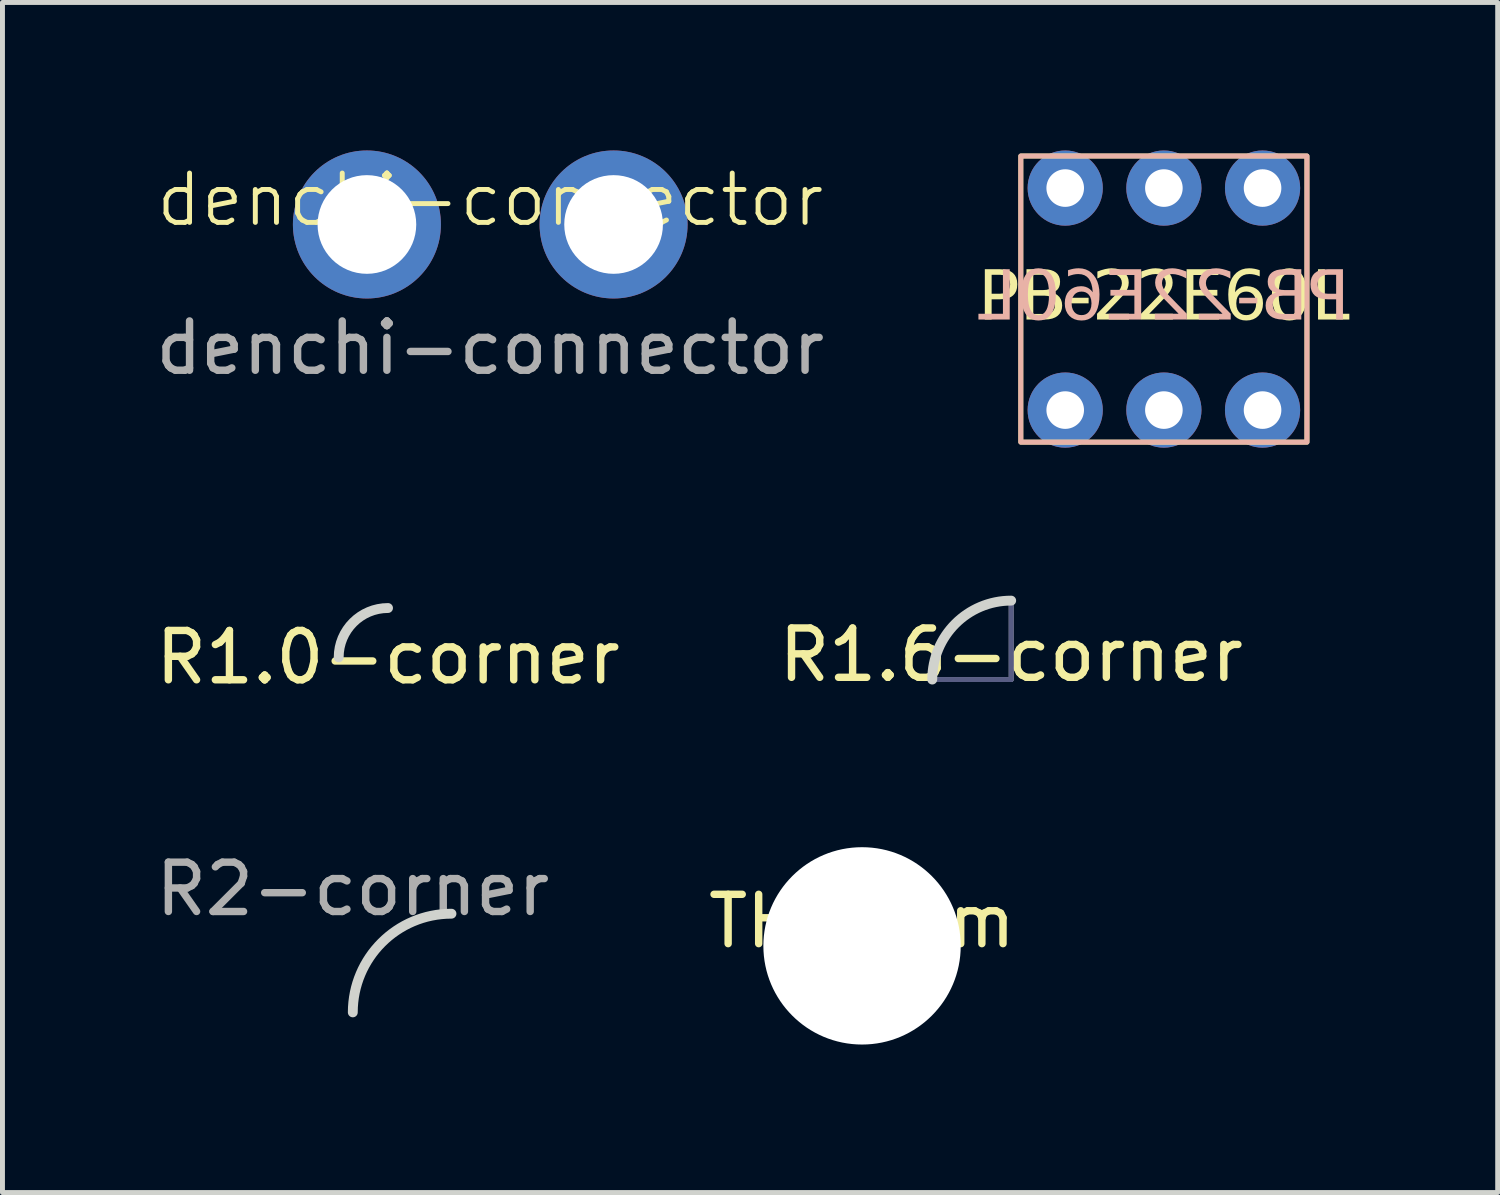
<source format=kicad_pcb>
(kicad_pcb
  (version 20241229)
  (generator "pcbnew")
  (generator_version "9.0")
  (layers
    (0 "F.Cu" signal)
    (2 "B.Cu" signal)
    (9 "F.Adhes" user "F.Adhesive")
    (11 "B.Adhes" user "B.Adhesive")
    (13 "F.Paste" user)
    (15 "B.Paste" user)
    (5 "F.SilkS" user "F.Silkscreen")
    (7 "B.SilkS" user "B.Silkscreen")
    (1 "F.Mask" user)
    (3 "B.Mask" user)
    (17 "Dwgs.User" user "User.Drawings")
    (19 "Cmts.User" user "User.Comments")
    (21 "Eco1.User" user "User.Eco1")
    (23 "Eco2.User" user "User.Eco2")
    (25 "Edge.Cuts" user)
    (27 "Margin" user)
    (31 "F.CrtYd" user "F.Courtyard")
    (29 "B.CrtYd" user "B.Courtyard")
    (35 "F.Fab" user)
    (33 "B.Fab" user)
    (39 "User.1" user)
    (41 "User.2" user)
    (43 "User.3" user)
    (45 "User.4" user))
  (footprint "PB-22E60L"
    (layer "F.Cu")
    (at 20.541 3.012)
    (property "Reference" "PB-22E60L" (at 0 0 0) (unlocked yes) (layer "F.SilkS") (effects (font (face "東亜重工 R") (size 1 1) (thickness 0.1))))
    (attr through_hole)
    (fp_rect (start -2.9 -2.9) (end 2.9 2.9) (stroke (width 0.1) (type default)) (fill no) (layer "F.SilkS"))
    (fp_rect (start -2.9 -2.9) (end 2.9 2.9) (stroke (width 0.1) (type default)) (fill no) (layer "B.SilkS"))
    (fp_text user "${REFERENCE}" (at 0 0 0) (unlocked yes) (layer "B.SilkS") (effects (font (face "東亜重工 R") (size 1 1) (thickness 0.15)) (justify mirror)))
    (pad "1" thru_hole circle (at -2 -2.25) (size 1.524 1.524) (drill 0.762) (layers "*.Cu" "*.Mask"))
    (pad "1" thru_hole circle (at -2 2.25) (size 1.524 1.524) (drill 0.762) (layers "*.Cu" "*.Mask"))
    (pad "2" thru_hole circle (at 0 -2.25) (size 1.524 1.524) (drill 0.762) (layers "*.Cu" "*.Mask"))
    (pad "2" thru_hole circle (at 0 2.25) (size 1.524 1.524) (drill 0.762) (layers "*.Cu" "*.Mask"))
    (pad "3" thru_hole circle (at 2 -2.25) (size 1.524 1.524) (drill 0.762) (layers "*.Cu" "*.Mask"))
    (pad "3" thru_hole circle (at 2 2.25) (size 1.524 1.524) (drill 0.762) (layers "*.Cu" "*.Mask")))
  (footprint "R1.6-corner"
    (layer "F.Cu")
    (at 17.446 10.724)
    (property "Reference" "R1.6-corner" (at 0 -0.5 0) (unlocked yes) (layer "F.SilkS") (effects (font (size 1 1) (thickness 0.15))))
    (fp_arc (start -1.6 0) (mid -1.131371 -1.131371) (end 0 -1.6) (stroke (width 0.2) (type solid)) (layer "Edge.Cuts"))
    (fp_line (start -1.6 0) (end 0 0) (stroke (width 0.1) (type solid)) (layer "B.Fab"))
    (fp_line (start 0 0) (end 0 -1.6) (stroke (width 0.1) (type solid)) (layer "B.Fab"))
    (fp_line (start 0 -1.6) (end 0 0) (stroke (width 0.1) (type solid)) (layer "F.Fab"))
    (fp_line (start 0 0) (end -1.6 0) (stroke (width 0.1) (type solid)) (layer "F.Fab")))
  (footprint "denchi-connector"
    (layer "F.Cu")
    (at 6.887 1.5)
    (property "Reference" "denchi-connector" (at 0 -0.5 0) (unlocked yes) (layer "F.SilkS") (effects (font (size 1 1) (thickness 0.1))))
    (attr through_hole)
    (fp_text user "${REFERENCE}" (at 0 2.5 0) (unlocked yes) (layer "F.Fab") (effects (font (size 1 1) (thickness 0.15))))
    (pad "1" thru_hole circle (at -2.5 0) (size 3 3) (drill 2) (layers "*.Cu" "*.Mask"))
    (pad "2" thru_hole circle (at 2.5 0) (size 3 3) (drill 2) (layers "*.Cu" "*.Mask")))
  (footprint "R2-corner"
    (layer "F.Cu")
    (at 4.101 15.47)
    (property "Reference" "R2-corner" (at 0 -0.5 0) (unlocked yes) (layer "F.Fab") (effects (font (size 1 1) (thickness 0.15))))
    (fp_arc (start 0 2) (mid 0.585786 0.585786) (end 2 0) (stroke (width 0.2) (type solid)) (layer "Edge.Cuts")))
  (footprint "TH_4mm"
    (layer "F.Cu")
    (at 14.423 16.122)
    (property "Reference" "TH_4mm" (at 0 -0.5 0) (unlocked yes) (layer "F.SilkS") (effects (font (size 1 1) (thickness 0.15))))
    (pad "" np_thru_hole circle (at 0 0) (size 4 4) (drill 4) (layers "*.Cu" "*.Mask")))
  (footprint "R1.0-corner"
    (layer "F.Cu")
    (at 3.815 9.274)
    (property "Reference" "R1.0-corner" (at 1 1 0) (unlocked yes) (layer "F.SilkS") (effects (font (size 1 1) (thickness 0.15))))
    (fp_arc (start 0 1) (mid 0.292893 0.292893) (end 1 0) (stroke (width 0.2) (type solid)) (layer "Edge.Cuts")))
  (gr_rect
    (start -3 -3)
    (end 27.307 21.122)
    (stroke (width 0.1) (type default))
    (fill no)
    (layer "Edge.Cuts")))
</source>
